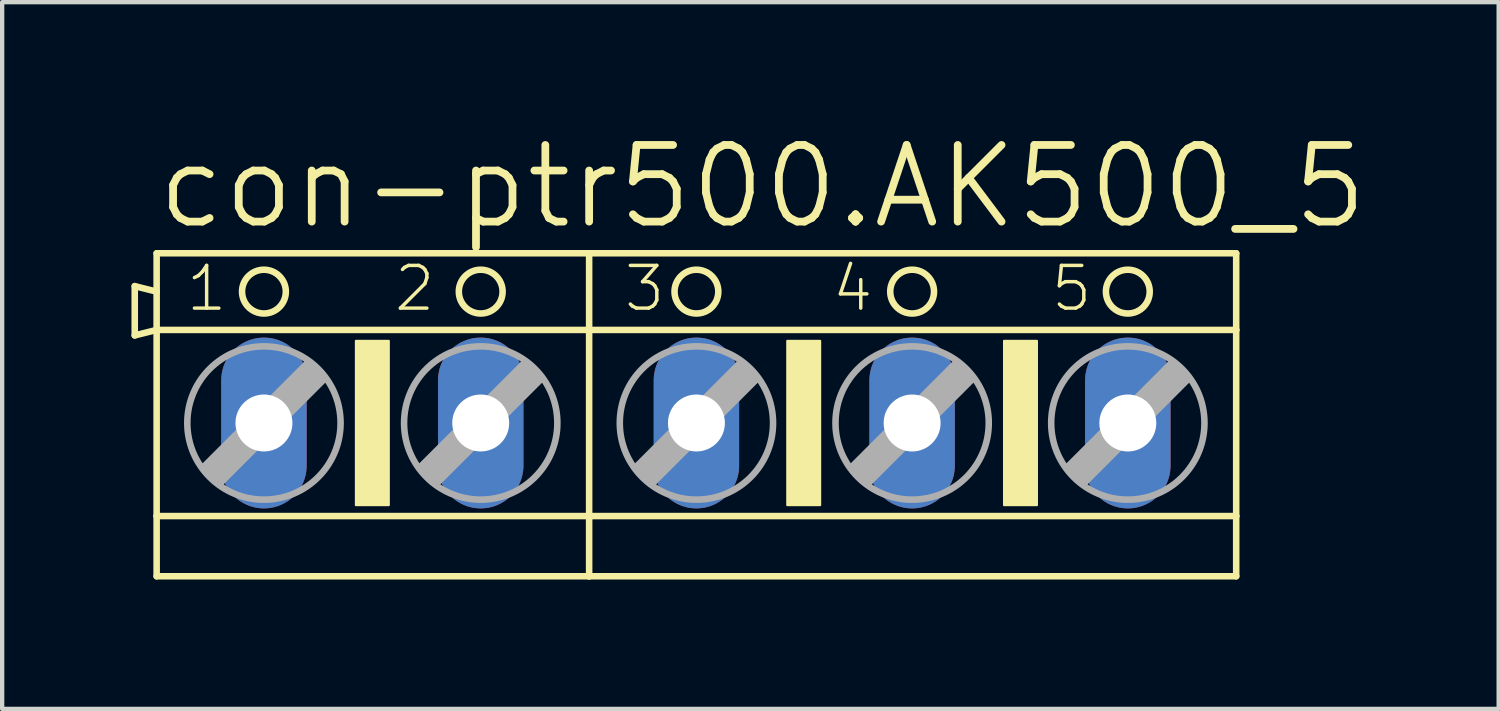
<source format=kicad_pcb>
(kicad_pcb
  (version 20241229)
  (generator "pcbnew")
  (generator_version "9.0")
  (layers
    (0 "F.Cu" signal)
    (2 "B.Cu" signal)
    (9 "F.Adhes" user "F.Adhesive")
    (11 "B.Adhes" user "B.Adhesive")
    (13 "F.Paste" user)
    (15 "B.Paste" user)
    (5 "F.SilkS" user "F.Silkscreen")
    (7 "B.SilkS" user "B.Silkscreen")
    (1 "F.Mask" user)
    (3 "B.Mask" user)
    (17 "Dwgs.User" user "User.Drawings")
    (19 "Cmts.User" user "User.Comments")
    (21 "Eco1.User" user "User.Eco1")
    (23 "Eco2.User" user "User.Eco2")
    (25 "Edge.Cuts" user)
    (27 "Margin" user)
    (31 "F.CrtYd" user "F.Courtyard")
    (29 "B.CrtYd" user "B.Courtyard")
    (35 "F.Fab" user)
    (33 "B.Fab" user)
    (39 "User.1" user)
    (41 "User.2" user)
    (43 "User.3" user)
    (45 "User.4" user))
  (footprint "con-ptr500.AK500_5"
    (layer "F.Cu")
    (at 13.106 6.763)
    (property "Reference" "con-ptr500.AK500_5" (at -12.598 -4.445 0) (layer "F.SilkS") (effects (font (size 1.778 1.778) (thickness 0.18)) (justify left bottom)))
    (attr through_hole)
    (fp_line (start -13.03 -3.175) (end -13.03 -2.032) (stroke (width 0.152) (type default)) (layer "F.SilkS"))
    (fp_line (start -13.03 -2.032) (end -12.522 -2.159) (stroke (width 0.152) (type default)) (layer "F.SilkS"))
    (fp_line (start -12.522 -3.048) (end -13.03 -3.175) (stroke (width 0.152) (type default)) (layer "F.SilkS"))
    (fp_line (start -12.522 -3.048) (end -12.522 -3.937) (stroke (width 0.152) (type default)) (layer "F.SilkS"))
    (fp_line (start -12.522 -2.159) (end -12.522 -3.048) (stroke (width 0.152) (type default)) (layer "F.SilkS"))
    (fp_line (start -12.522 -2.159) (end -2.489 -2.159) (stroke (width 0.152) (type default)) (layer "F.SilkS"))
    (fp_line (start -12.522 2.159) (end -12.522 -2.159) (stroke (width 0.152) (type default)) (layer "F.SilkS"))
    (fp_line (start -12.522 2.159) (end -2.489 2.159) (stroke (width 0.152) (type default)) (layer "F.SilkS"))
    (fp_line (start -12.522 3.556) (end -12.522 2.159) (stroke (width 0.152) (type default)) (layer "F.SilkS"))
    (fp_line (start -12.522 3.556) (end -2.489 3.556) (stroke (width 0.152) (type default)) (layer "F.SilkS"))
    (fp_line (start -2.489 -3.937) (end -12.522 -3.937) (stroke (width 0.152) (type default)) (layer "F.SilkS"))
    (fp_line (start -2.489 -2.159) (end -2.489 -3.937) (stroke (width 0.152) (type default)) (layer "F.SilkS"))
    (fp_line (start -2.489 -2.159) (end 12.522 -2.159) (stroke (width 0.152) (type default)) (layer "F.SilkS"))
    (fp_line (start -2.489 2.159) (end -2.489 -2.159) (stroke (width 0.152) (type default)) (layer "F.SilkS"))
    (fp_line (start -2.489 2.159) (end 12.522 2.159) (stroke (width 0.152) (type default)) (layer "F.SilkS"))
    (fp_line (start -2.489 3.556) (end -2.489 2.159) (stroke (width 0.152) (type default)) (layer "F.SilkS"))
    (fp_line (start -2.489 3.556) (end 12.522 3.556) (stroke (width 0.152) (type default)) (layer "F.SilkS"))
    (fp_line (start 12.522 -3.937) (end -2.489 -3.937) (stroke (width 0.152) (type default)) (layer "F.SilkS"))
    (fp_line (start 12.522 -3.937) (end 12.522 -2.159) (stroke (width 0.152) (type default)) (layer "F.SilkS"))
    (fp_line (start 12.522 -2.159) (end 12.522 2.159) (stroke (width 0.152) (type default)) (layer "F.SilkS"))
    (fp_line (start 12.522 2.159) (end 12.522 3.556) (stroke (width 0.152) (type default)) (layer "F.SilkS"))
    (fp_rect (start -7.899 1.905) (end -7.137 -1.905) (stroke (width 0.05) (type default)) (fill yes) (layer "F.SilkS"))
    (fp_rect (start 2.108 1.905) (end 2.87 -1.905) (stroke (width 0.05) (type default)) (fill yes) (layer "F.SilkS"))
    (fp_rect (start 7.137 1.905) (end 7.899 -1.905) (stroke (width 0.05) (type default)) (fill yes) (layer "F.SilkS"))
    (fp_circle (center -10.033 -3.048) (end -9.525 -3.048) (stroke (width 0.152) (type default)) (fill no) (layer "F.SilkS"))
    (fp_circle (center -5.004 -3.048) (end -4.496 -3.048) (stroke (width 0.152) (type default)) (fill no) (layer "F.SilkS"))
    (fp_circle (center 0 -3.048) (end 0.508 -3.048) (stroke (width 0.152) (type default)) (fill no) (layer "F.SilkS"))
    (fp_circle (center 5.004 -3.048) (end 5.512 -3.048) (stroke (width 0.152) (type default)) (fill no) (layer "F.SilkS"))
    (fp_circle (center 10.008 -3.048) (end 10.516 -3.048) (stroke (width 0.152) (type default)) (fill no) (layer "F.SilkS"))
    (fp_line (start -11.43 1.016) (end -11.049 1.397) (stroke (width 0.152) (type default)) (layer "F.Fab"))
    (fp_line (start -11.43 1.016) (end -9.017 -1.397) (stroke (width 0.152) (type default)) (layer "F.Fab"))
    (fp_line (start -11.049 1.016) (end -9.017 -1.016) (stroke (width 0.61) (type default)) (layer "F.Fab"))
    (fp_line (start -11.049 1.397) (end -8.636 -1.016) (stroke (width 0.152) (type default)) (layer "F.Fab"))
    (fp_line (start -9.017 -1.397) (end -8.636 -1.016) (stroke (width 0.152) (type default)) (layer "F.Fab"))
    (fp_line (start -6.401 1.016) (end -6.02 1.397) (stroke (width 0.152) (type default)) (layer "F.Fab"))
    (fp_line (start -6.401 1.016) (end -3.988 -1.397) (stroke (width 0.152) (type default)) (layer "F.Fab"))
    (fp_line (start -6.02 1.016) (end -3.988 -1.016) (stroke (width 0.61) (type default)) (layer "F.Fab"))
    (fp_line (start -6.02 1.397) (end -3.607 -1.016) (stroke (width 0.152) (type default)) (layer "F.Fab"))
    (fp_line (start -3.988 -1.397) (end -3.607 -1.016) (stroke (width 0.152) (type default)) (layer "F.Fab"))
    (fp_line (start -1.397 1.016) (end -1.016 1.397) (stroke (width 0.152) (type default)) (layer "F.Fab"))
    (fp_line (start -1.397 1.016) (end 1.016 -1.397) (stroke (width 0.152) (type default)) (layer "F.Fab"))
    (fp_line (start -1.016 1.016) (end 1.016 -1.016) (stroke (width 0.61) (type default)) (layer "F.Fab"))
    (fp_line (start -1.016 1.397) (end 1.397 -1.016) (stroke (width 0.152) (type default)) (layer "F.Fab"))
    (fp_line (start 1.016 -1.397) (end 1.397 -1.016) (stroke (width 0.152) (type default)) (layer "F.Fab"))
    (fp_line (start 3.607 1.016) (end 3.988 1.397) (stroke (width 0.152) (type default)) (layer "F.Fab"))
    (fp_line (start 3.607 1.016) (end 6.02 -1.397) (stroke (width 0.152) (type default)) (layer "F.Fab"))
    (fp_line (start 3.988 1.016) (end 6.02 -1.016) (stroke (width 0.61) (type default)) (layer "F.Fab"))
    (fp_line (start 3.988 1.397) (end 6.401 -1.016) (stroke (width 0.152) (type default)) (layer "F.Fab"))
    (fp_line (start 6.02 -1.397) (end 6.401 -1.016) (stroke (width 0.152) (type default)) (layer "F.Fab"))
    (fp_line (start 8.611 1.016) (end 8.992 1.397) (stroke (width 0.152) (type default)) (layer "F.Fab"))
    (fp_line (start 8.611 1.016) (end 11.024 -1.397) (stroke (width 0.152) (type default)) (layer "F.Fab"))
    (fp_line (start 8.992 1.016) (end 11.024 -1.016) (stroke (width 0.61) (type default)) (layer "F.Fab"))
    (fp_line (start 8.992 1.397) (end 11.405 -1.016) (stroke (width 0.152) (type default)) (layer "F.Fab"))
    (fp_line (start 11.024 -1.397) (end 11.405 -1.016) (stroke (width 0.152) (type default)) (layer "F.Fab"))
    (fp_circle (center -10.033 0) (end -8.255 0) (stroke (width 0.152) (type default)) (fill no) (layer "F.Fab"))
    (fp_circle (center -5.004 0) (end -3.226 0) (stroke (width 0.152) (type default)) (fill no) (layer "F.Fab"))
    (fp_circle (center 0 0) (end 1.778 0) (stroke (width 0.152) (type default)) (fill no) (layer "F.Fab"))
    (fp_circle (center 5.004 0) (end 6.782 0) (stroke (width 0.152) (type default)) (fill no) (layer "F.Fab"))
    (fp_circle (center 10.008 0) (end 11.786 0) (stroke (width 0.152) (type default)) (fill no) (layer "F.Fab"))
    (fp_text user "3" (at -1.727 -2.54 0) (layer "F.SilkS") (effects (font (size 0.991 0.991) (thickness 0.08)) (justify left bottom)))
    (fp_text user "5" (at 8.179 -2.54 0) (layer "F.SilkS") (effects (font (size 0.991 0.991) (thickness 0.08)) (justify left bottom)))
    (fp_text user "1" (at -11.887 -2.54 0) (layer "F.SilkS") (effects (font (size 0.991 0.991) (thickness 0.08)) (justify left bottom)))
    (fp_text user "2" (at -7.061 -2.54 0) (layer "F.SilkS") (effects (font (size 0.991 0.991) (thickness 0.08)) (justify left bottom)))
    (fp_text user "4" (at 3.099 -2.54 0) (layer "F.SilkS") (effects (font (size 0.991 0.991) (thickness 0.08)) (justify left bottom)))
    (pad "1" thru_hole oval (at -10.033 0 90) (size 3.962 1.981) (drill 1.321) (layers "*.Cu" "*.Mask"))
    (pad "2" thru_hole oval (at -5.004 0 90) (size 3.962 1.981) (drill 1.321) (layers "*.Cu" "*.Mask"))
    (pad "3" thru_hole oval (at 0 0 90) (size 3.962 1.981) (drill 1.321) (layers "*.Cu" "*.Mask"))
    (pad "4" thru_hole oval (at 5.004 0 90) (size 3.962 1.981) (drill 1.321) (layers "*.Cu" "*.Mask"))
    (pad "5" thru_hole oval (at 10.008 0 90) (size 3.962 1.981) (drill 1.321) (layers "*.Cu" "*.Mask")))
  (gr_rect
    (start -3 -3)
    (end 31.717 13.395)
    (stroke (width 0.1) (type default))
    (fill no)
    (layer "Edge.Cuts")))
</source>
